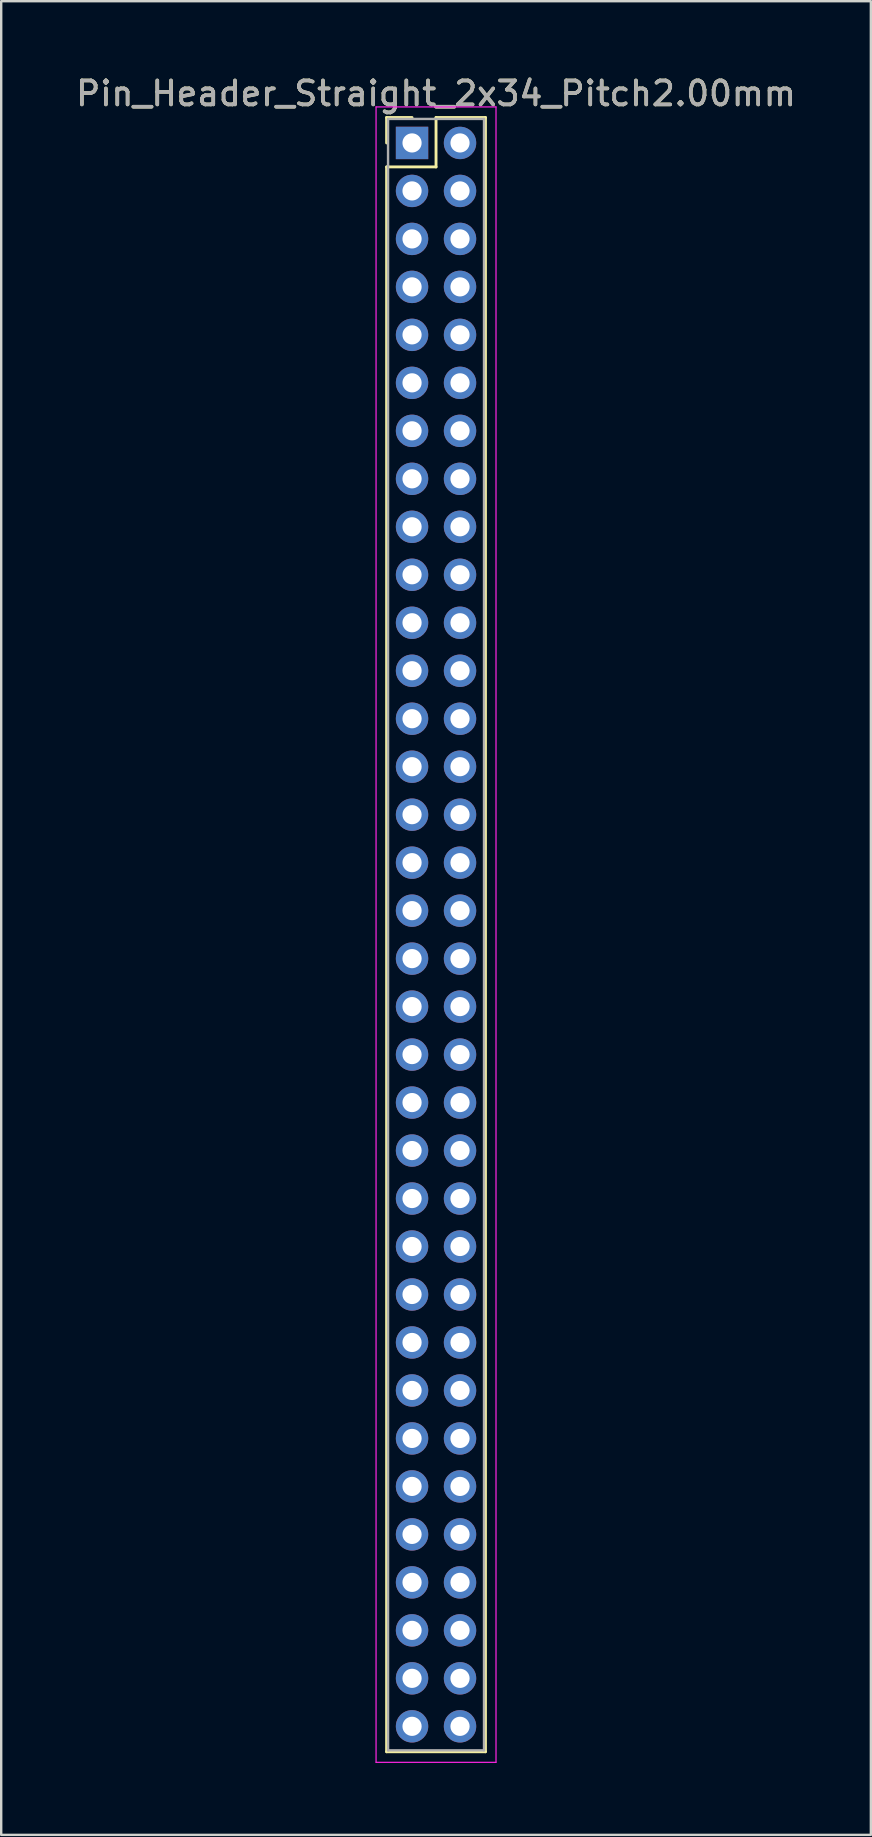
<source format=kicad_pcb>
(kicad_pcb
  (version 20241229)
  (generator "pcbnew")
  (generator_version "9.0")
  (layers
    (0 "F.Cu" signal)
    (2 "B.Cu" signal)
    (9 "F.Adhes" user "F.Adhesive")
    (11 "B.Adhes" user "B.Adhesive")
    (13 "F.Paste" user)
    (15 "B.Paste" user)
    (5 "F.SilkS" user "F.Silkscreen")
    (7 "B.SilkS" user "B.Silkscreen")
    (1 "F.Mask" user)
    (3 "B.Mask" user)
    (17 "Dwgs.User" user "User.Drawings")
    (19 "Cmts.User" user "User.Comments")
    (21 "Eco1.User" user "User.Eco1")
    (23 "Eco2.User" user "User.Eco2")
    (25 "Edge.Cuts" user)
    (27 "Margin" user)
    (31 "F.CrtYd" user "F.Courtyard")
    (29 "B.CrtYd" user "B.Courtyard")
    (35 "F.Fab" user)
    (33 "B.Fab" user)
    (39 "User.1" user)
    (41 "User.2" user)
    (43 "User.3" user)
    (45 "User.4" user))
  (footprint "Pin_Header_Straight_2x34_Pitch2.00mm"
    (layer "F.Cu")
    (at 14.125 2.908)
    (property "Reference" "Pin_Header_Straight_2x34_Pitch2.00mm" (at 1 -2.06 0) (layer "F.SilkS") (effects (font (size 1 1) (thickness 0.15))))
    (attr through_hole)
    (fp_line (start -1.06 -1.06) (end 0 -1.06) (stroke (width 0.12) (type solid)) (layer "F.SilkS"))
    (fp_line (start -1.06 0) (end -1.06 -1.06) (stroke (width 0.12) (type solid)) (layer "F.SilkS"))
    (fp_line (start -1.06 1) (end -1.06 67.06) (stroke (width 0.12) (type solid)) (layer "F.SilkS"))
    (fp_line (start -1.06 67.06) (end 3.06 67.06) (stroke (width 0.12) (type solid)) (layer "F.SilkS"))
    (fp_line (start 1 -1.06) (end 1 1) (stroke (width 0.12) (type solid)) (layer "F.SilkS"))
    (fp_line (start 1 1) (end -1.06 1) (stroke (width 0.12) (type solid)) (layer "F.SilkS"))
    (fp_line (start 3.06 -1.06) (end 1 -1.06) (stroke (width 0.12) (type solid)) (layer "F.SilkS"))
    (fp_line (start 3.06 67.06) (end 3.06 -1.06) (stroke (width 0.12) (type solid)) (layer "F.SilkS"))
    (fp_line (start -1.5 -1.5) (end -1.5 67.5) (stroke (width 0.05) (type solid)) (layer "F.CrtYd"))
    (fp_line (start -1.5 67.5) (end 3.5 67.5) (stroke (width 0.05) (type solid)) (layer "F.CrtYd"))
    (fp_line (start 3.5 -1.5) (end -1.5 -1.5) (stroke (width 0.05) (type solid)) (layer "F.CrtYd"))
    (fp_line (start 3.5 67.5) (end 3.5 -1.5) (stroke (width 0.05) (type solid)) (layer "F.CrtYd"))
    (fp_line (start -1 -1) (end -1 67) (stroke (width 0.1) (type solid)) (layer "F.Fab"))
    (fp_line (start -1 67) (end 3 67) (stroke (width 0.1) (type solid)) (layer "F.Fab"))
    (fp_line (start 3 -1) (end -1 -1) (stroke (width 0.1) (type solid)) (layer "F.Fab"))
    (fp_line (start 3 67) (end 3 -1) (stroke (width 0.1) (type solid)) (layer "F.Fab"))
    (fp_text user "${REFERENCE}" (at 1 -2.06 0) (layer "F.Fab") (effects (font (size 1 1) (thickness 0.15))))
    (pad "1" thru_hole rect (at 0 0) (size 1.35 1.35) (drill 0.8) (layers "*.Cu" "*.Mask"))
    (pad "2" thru_hole oval (at 2 0) (size 1.35 1.35) (drill 0.8) (layers "*.Cu" "*.Mask"))
    (pad "3" thru_hole oval (at 0 2) (size 1.35 1.35) (drill 0.8) (layers "*.Cu" "*.Mask"))
    (pad "4" thru_hole oval (at 2 2) (size 1.35 1.35) (drill 0.8) (layers "*.Cu" "*.Mask"))
    (pad "5" thru_hole oval (at 0 4) (size 1.35 1.35) (drill 0.8) (layers "*.Cu" "*.Mask"))
    (pad "6" thru_hole oval (at 2 4) (size 1.35 1.35) (drill 0.8) (layers "*.Cu" "*.Mask"))
    (pad "7" thru_hole oval (at 0 6) (size 1.35 1.35) (drill 0.8) (layers "*.Cu" "*.Mask"))
    (pad "8" thru_hole oval (at 2 6) (size 1.35 1.35) (drill 0.8) (layers "*.Cu" "*.Mask"))
    (pad "9" thru_hole oval (at 0 8) (size 1.35 1.35) (drill 0.8) (layers "*.Cu" "*.Mask"))
    (pad "10" thru_hole oval (at 2 8) (size 1.35 1.35) (drill 0.8) (layers "*.Cu" "*.Mask"))
    (pad "11" thru_hole oval (at 0 10) (size 1.35 1.35) (drill 0.8) (layers "*.Cu" "*.Mask"))
    (pad "12" thru_hole oval (at 2 10) (size 1.35 1.35) (drill 0.8) (layers "*.Cu" "*.Mask"))
    (pad "13" thru_hole oval (at 0 12) (size 1.35 1.35) (drill 0.8) (layers "*.Cu" "*.Mask"))
    (pad "14" thru_hole oval (at 2 12) (size 1.35 1.35) (drill 0.8) (layers "*.Cu" "*.Mask"))
    (pad "15" thru_hole oval (at 0 14) (size 1.35 1.35) (drill 0.8) (layers "*.Cu" "*.Mask"))
    (pad "16" thru_hole oval (at 2 14) (size 1.35 1.35) (drill 0.8) (layers "*.Cu" "*.Mask"))
    (pad "17" thru_hole oval (at 0 16) (size 1.35 1.35) (drill 0.8) (layers "*.Cu" "*.Mask"))
    (pad "18" thru_hole oval (at 2 16) (size 1.35 1.35) (drill 0.8) (layers "*.Cu" "*.Mask"))
    (pad "19" thru_hole oval (at 0 18) (size 1.35 1.35) (drill 0.8) (layers "*.Cu" "*.Mask"))
    (pad "20" thru_hole oval (at 2 18) (size 1.35 1.35) (drill 0.8) (layers "*.Cu" "*.Mask"))
    (pad "21" thru_hole oval (at 0 20) (size 1.35 1.35) (drill 0.8) (layers "*.Cu" "*.Mask"))
    (pad "22" thru_hole oval (at 2 20) (size 1.35 1.35) (drill 0.8) (layers "*.Cu" "*.Mask"))
    (pad "23" thru_hole oval (at 0 22) (size 1.35 1.35) (drill 0.8) (layers "*.Cu" "*.Mask"))
    (pad "24" thru_hole oval (at 2 22) (size 1.35 1.35) (drill 0.8) (layers "*.Cu" "*.Mask"))
    (pad "25" thru_hole oval (at 0 24) (size 1.35 1.35) (drill 0.8) (layers "*.Cu" "*.Mask"))
    (pad "26" thru_hole oval (at 2 24) (size 1.35 1.35) (drill 0.8) (layers "*.Cu" "*.Mask"))
    (pad "27" thru_hole oval (at 0 26) (size 1.35 1.35) (drill 0.8) (layers "*.Cu" "*.Mask"))
    (pad "28" thru_hole oval (at 2 26) (size 1.35 1.35) (drill 0.8) (layers "*.Cu" "*.Mask"))
    (pad "29" thru_hole oval (at 0 28) (size 1.35 1.35) (drill 0.8) (layers "*.Cu" "*.Mask"))
    (pad "30" thru_hole oval (at 2 28) (size 1.35 1.35) (drill 0.8) (layers "*.Cu" "*.Mask"))
    (pad "31" thru_hole oval (at 0 30) (size 1.35 1.35) (drill 0.8) (layers "*.Cu" "*.Mask"))
    (pad "32" thru_hole oval (at 2 30) (size 1.35 1.35) (drill 0.8) (layers "*.Cu" "*.Mask"))
    (pad "33" thru_hole oval (at 0 32) (size 1.35 1.35) (drill 0.8) (layers "*.Cu" "*.Mask"))
    (pad "34" thru_hole oval (at 2 32) (size 1.35 1.35) (drill 0.8) (layers "*.Cu" "*.Mask"))
    (pad "35" thru_hole oval (at 0 34) (size 1.35 1.35) (drill 0.8) (layers "*.Cu" "*.Mask"))
    (pad "36" thru_hole oval (at 2 34) (size 1.35 1.35) (drill 0.8) (layers "*.Cu" "*.Mask"))
    (pad "37" thru_hole oval (at 0 36) (size 1.35 1.35) (drill 0.8) (layers "*.Cu" "*.Mask"))
    (pad "38" thru_hole oval (at 2 36) (size 1.35 1.35) (drill 0.8) (layers "*.Cu" "*.Mask"))
    (pad "39" thru_hole oval (at 0 38) (size 1.35 1.35) (drill 0.8) (layers "*.Cu" "*.Mask"))
    (pad "40" thru_hole oval (at 2 38) (size 1.35 1.35) (drill 0.8) (layers "*.Cu" "*.Mask"))
    (pad "41" thru_hole oval (at 0 40) (size 1.35 1.35) (drill 0.8) (layers "*.Cu" "*.Mask"))
    (pad "42" thru_hole oval (at 2 40) (size 1.35 1.35) (drill 0.8) (layers "*.Cu" "*.Mask"))
    (pad "43" thru_hole oval (at 0 42) (size 1.35 1.35) (drill 0.8) (layers "*.Cu" "*.Mask"))
    (pad "44" thru_hole oval (at 2 42) (size 1.35 1.35) (drill 0.8) (layers "*.Cu" "*.Mask"))
    (pad "45" thru_hole oval (at 0 44) (size 1.35 1.35) (drill 0.8) (layers "*.Cu" "*.Mask"))
    (pad "46" thru_hole oval (at 2 44) (size 1.35 1.35) (drill 0.8) (layers "*.Cu" "*.Mask"))
    (pad "47" thru_hole oval (at 0 46) (size 1.35 1.35) (drill 0.8) (layers "*.Cu" "*.Mask"))
    (pad "48" thru_hole oval (at 2 46) (size 1.35 1.35) (drill 0.8) (layers "*.Cu" "*.Mask"))
    (pad "49" thru_hole oval (at 0 48) (size 1.35 1.35) (drill 0.8) (layers "*.Cu" "*.Mask"))
    (pad "50" thru_hole oval (at 2 48) (size 1.35 1.35) (drill 0.8) (layers "*.Cu" "*.Mask"))
    (pad "51" thru_hole oval (at 0 50) (size 1.35 1.35) (drill 0.8) (layers "*.Cu" "*.Mask"))
    (pad "52" thru_hole oval (at 2 50) (size 1.35 1.35) (drill 0.8) (layers "*.Cu" "*.Mask"))
    (pad "53" thru_hole oval (at 0 52) (size 1.35 1.35) (drill 0.8) (layers "*.Cu" "*.Mask"))
    (pad "54" thru_hole oval (at 2 52) (size 1.35 1.35) (drill 0.8) (layers "*.Cu" "*.Mask"))
    (pad "55" thru_hole oval (at 0 54) (size 1.35 1.35) (drill 0.8) (layers "*.Cu" "*.Mask"))
    (pad "56" thru_hole oval (at 2 54) (size 1.35 1.35) (drill 0.8) (layers "*.Cu" "*.Mask"))
    (pad "57" thru_hole oval (at 0 56) (size 1.35 1.35) (drill 0.8) (layers "*.Cu" "*.Mask"))
    (pad "58" thru_hole oval (at 2 56) (size 1.35 1.35) (drill 0.8) (layers "*.Cu" "*.Mask"))
    (pad "59" thru_hole oval (at 0 58) (size 1.35 1.35) (drill 0.8) (layers "*.Cu" "*.Mask"))
    (pad "60" thru_hole oval (at 2 58) (size 1.35 1.35) (drill 0.8) (layers "*.Cu" "*.Mask"))
    (pad "61" thru_hole oval (at 0 60) (size 1.35 1.35) (drill 0.8) (layers "*.Cu" "*.Mask"))
    (pad "62" thru_hole oval (at 2 60) (size 1.35 1.35) (drill 0.8) (layers "*.Cu" "*.Mask"))
    (pad "63" thru_hole oval (at 0 62) (size 1.35 1.35) (drill 0.8) (layers "*.Cu" "*.Mask"))
    (pad "64" thru_hole oval (at 2 62) (size 1.35 1.35) (drill 0.8) (layers "*.Cu" "*.Mask"))
    (pad "65" thru_hole oval (at 0 64) (size 1.35 1.35) (drill 0.8) (layers "*.Cu" "*.Mask"))
    (pad "66" thru_hole oval (at 2 64) (size 1.35 1.35) (drill 0.8) (layers "*.Cu" "*.Mask"))
    (pad "67" thru_hole oval (at 0 66) (size 1.35 1.35) (drill 0.8) (layers "*.Cu" "*.Mask"))
    (pad "68" thru_hole oval (at 2 66) (size 1.35 1.35) (drill 0.8) (layers "*.Cu" "*.Mask")))
  (gr_rect
    (start -3 -3)
    (end 33.25 73.433)
    (stroke (width 0.1) (type default))
    (fill no)
    (layer "Edge.Cuts")))
</source>
